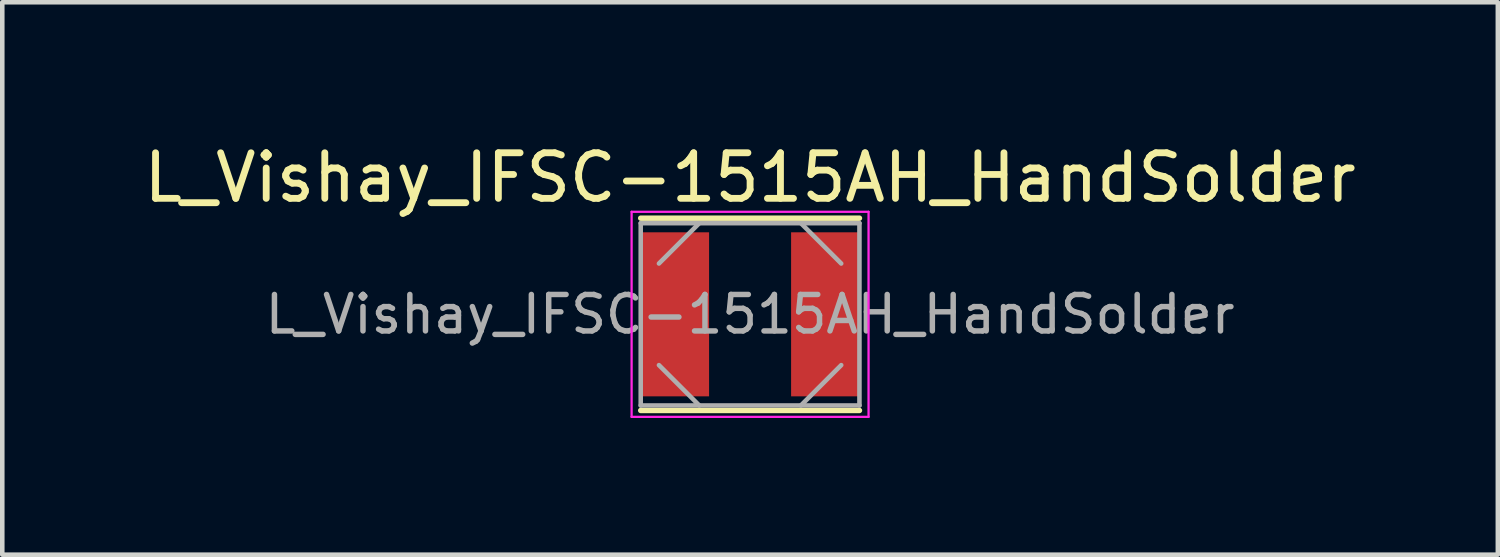
<source format=kicad_pcb>
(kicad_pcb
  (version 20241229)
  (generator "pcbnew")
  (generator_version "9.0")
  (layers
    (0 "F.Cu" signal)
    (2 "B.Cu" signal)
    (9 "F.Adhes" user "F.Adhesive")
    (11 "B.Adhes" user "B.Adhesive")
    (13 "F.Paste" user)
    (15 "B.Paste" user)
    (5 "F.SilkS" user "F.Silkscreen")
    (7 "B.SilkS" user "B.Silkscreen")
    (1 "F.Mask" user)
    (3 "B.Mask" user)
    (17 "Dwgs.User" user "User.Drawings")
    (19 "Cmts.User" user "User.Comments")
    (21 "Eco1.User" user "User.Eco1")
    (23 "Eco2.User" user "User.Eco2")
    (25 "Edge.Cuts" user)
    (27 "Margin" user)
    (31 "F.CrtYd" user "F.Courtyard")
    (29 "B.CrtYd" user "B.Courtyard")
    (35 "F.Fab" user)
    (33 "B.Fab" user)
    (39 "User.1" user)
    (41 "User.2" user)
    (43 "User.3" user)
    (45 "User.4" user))
  (footprint "L_Vishay_IFSC-1515AH_HandSolder"
    (layer "F.Cu")
    (at 13.411 3.848)
    (property "Reference" "L_Vishay_IFSC-1515AH_HandSolder" (at 0 -3 0) (layer "F.SilkS") (effects (font (size 1 1) (thickness 0.15))))
    (attr smd)
    (fp_line (start -2.4 -2.11) (end 2.4 -2.11) (stroke (width 0.12) (type solid)) (layer "F.SilkS"))
    (fp_line (start 2.4 2.11) (end -2.4 2.11) (stroke (width 0.12) (type solid)) (layer "F.SilkS"))
    (fp_line (start -2.6 -2.25) (end 2.6 -2.25) (stroke (width 0.05) (type solid)) (layer "F.CrtYd"))
    (fp_line (start -2.6 2.25) (end -2.6 -2.25) (stroke (width 0.05) (type solid)) (layer "F.CrtYd"))
    (fp_line (start 2.6 -2.25) (end 2.6 2.25) (stroke (width 0.05) (type solid)) (layer "F.CrtYd"))
    (fp_line (start 2.6 2.25) (end -2.6 2.25) (stroke (width 0.05) (type solid)) (layer "F.CrtYd"))
    (fp_line (start -2.4 -2) (end 2.4 -2) (stroke (width 0.1) (type solid)) (layer "F.Fab"))
    (fp_line (start -2.4 2) (end -2.4 -2) (stroke (width 0.1) (type solid)) (layer "F.Fab"))
    (fp_line (start -2 -1.115) (end -1.115 -2) (stroke (width 0.1) (type solid)) (layer "F.Fab"))
    (fp_line (start -1.115 2) (end -2 1.115) (stroke (width 0.1) (type solid)) (layer "F.Fab"))
    (fp_line (start 1.115 -2) (end 2 -1.115) (stroke (width 0.1) (type solid)) (layer "F.Fab"))
    (fp_line (start 2 1.115) (end 1.115 2) (stroke (width 0.1) (type solid)) (layer "F.Fab"))
    (fp_line (start 2.4 -2) (end 2.4 2) (stroke (width 0.1) (type solid)) (layer "F.Fab"))
    (fp_line (start 2.4 2) (end -2.4 2) (stroke (width 0.1) (type solid)) (layer "F.Fab"))
    (fp_text user "${REFERENCE}" (at 0 0 0) (layer "F.Fab") (effects (font (size 0.8 0.8) (thickness 0.12))))
    (pad "1" smd rect (at -1.65 0) (size 1.5 3.6) (layers "F.Cu" "F.Mask" "F.Paste"))
    (pad "2" smd rect (at 1.65 0) (size 1.5 3.6) (layers "F.Cu" "F.Mask" "F.Paste")))
  (gr_rect
    (start -3 -3)
    (end 29.821 9.123)
    (stroke (width 0.1) (type default))
    (fill no)
    (layer "Edge.Cuts")))
</source>
